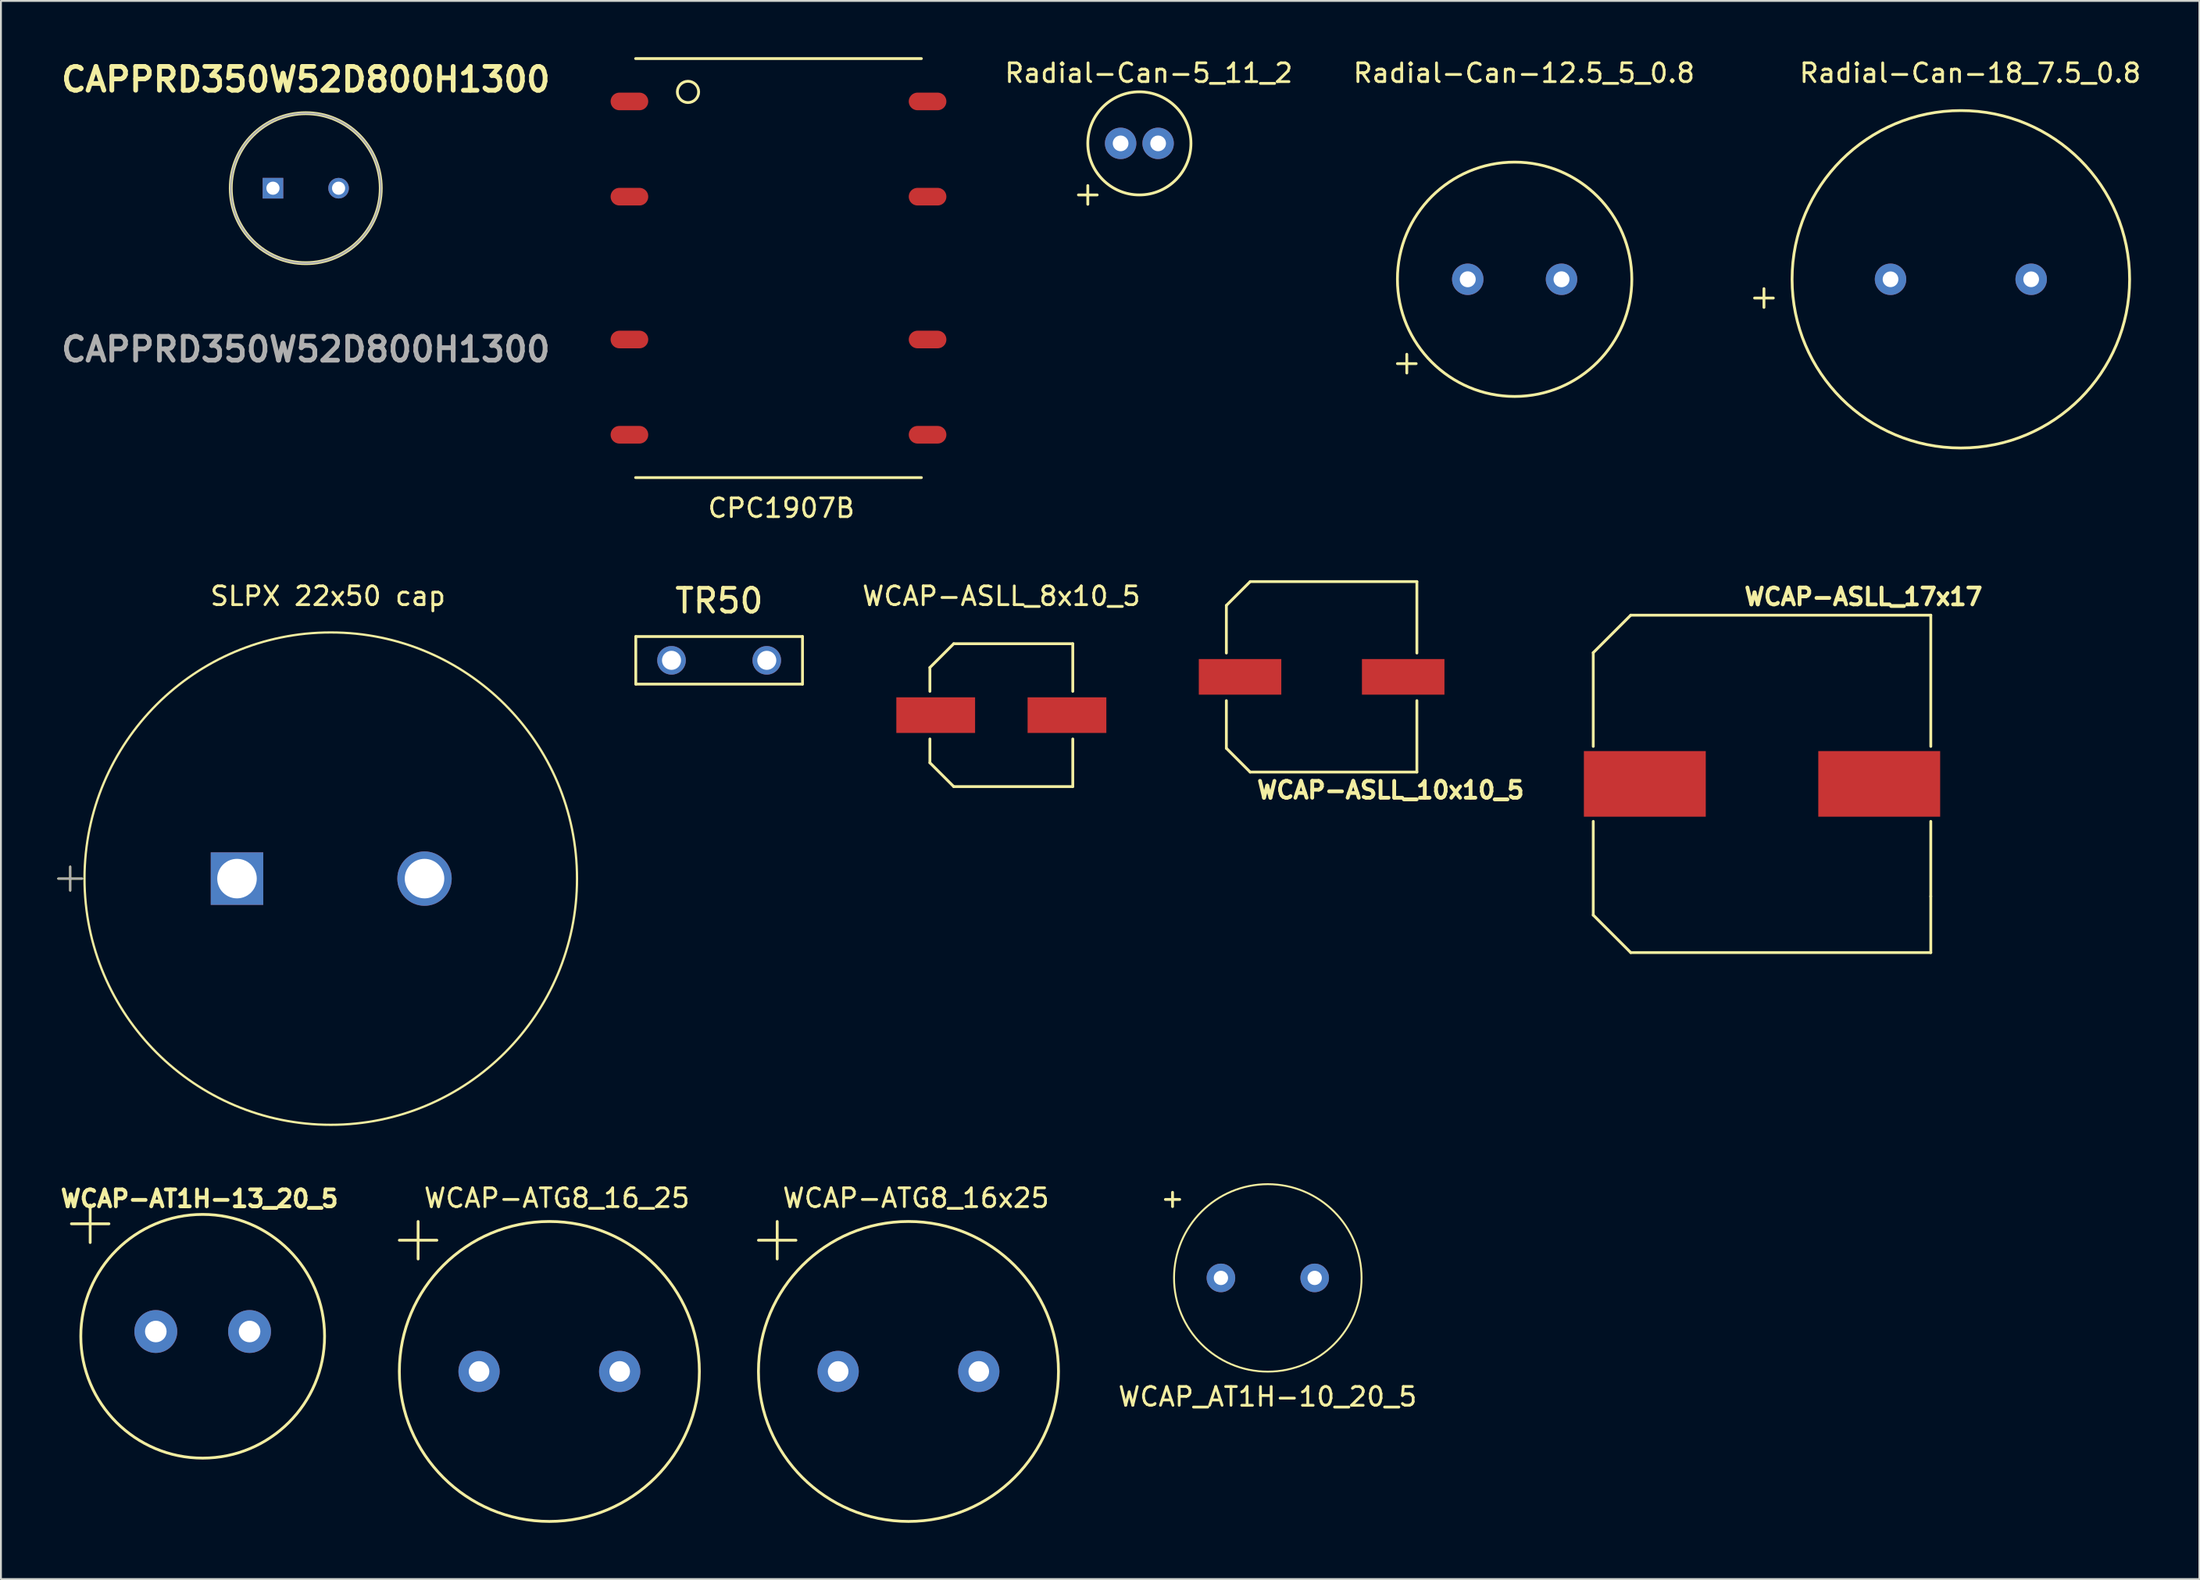
<source format=kicad_pcb>
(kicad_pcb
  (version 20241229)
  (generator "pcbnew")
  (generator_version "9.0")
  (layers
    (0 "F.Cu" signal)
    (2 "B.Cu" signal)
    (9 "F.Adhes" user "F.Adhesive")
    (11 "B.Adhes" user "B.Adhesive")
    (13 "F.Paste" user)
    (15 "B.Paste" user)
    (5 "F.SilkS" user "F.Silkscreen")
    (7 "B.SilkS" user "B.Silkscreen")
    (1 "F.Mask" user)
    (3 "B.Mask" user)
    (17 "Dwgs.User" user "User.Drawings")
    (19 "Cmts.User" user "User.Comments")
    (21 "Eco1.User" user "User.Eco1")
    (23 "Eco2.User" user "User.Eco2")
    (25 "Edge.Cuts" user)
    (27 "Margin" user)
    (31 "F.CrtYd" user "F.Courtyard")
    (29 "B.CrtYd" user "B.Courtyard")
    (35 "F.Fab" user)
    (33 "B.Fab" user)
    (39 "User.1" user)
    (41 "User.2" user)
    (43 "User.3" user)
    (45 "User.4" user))
  (footprint "CPC1907B"
    (layer "F.Cu")
    (at 38.466 11.251)
    (property "Reference" "CPC1907B" (at 0.152 12.802 0) (layer "F.SilkS") (effects (font (size 1 1) (thickness 0.15))))
    (attr through_hole)
    (fp_line (start -7.62 -11.176) (end 7.62 -11.176) (stroke (width 0.15) (type solid)) (layer "F.SilkS"))
    (fp_line (start -7.62 11.176) (end 7.62 11.176) (stroke (width 0.15) (type solid)) (layer "F.SilkS"))
    (fp_circle (center -4.826 -9.398) (end -4.572 -9.906) (stroke (width 0.15) (type solid)) (fill no) (layer "F.SilkS"))
    (pad "1" smd oval (at -7.95 -8.89) (size 2.007 0.94) (layers "F.Cu" "F.Mask" "F.Paste"))
    (pad "2" smd oval (at -7.95 -3.81) (size 2.007 0.94) (layers "F.Cu" "F.Mask" "F.Paste"))
    (pad "3" smd oval (at -7.95 3.81) (size 2.007 0.94) (layers "F.Cu" "F.Mask" "F.Paste"))
    (pad "4" smd oval (at -7.95 8.89) (size 2.007 0.94) (layers "F.Cu" "F.Mask" "F.Paste"))
    (pad "5" smd oval (at 7.95 8.89) (size 2.007 0.94) (layers "F.Cu" "F.Mask" "F.Paste"))
    (pad "6" smd oval (at 7.95 3.81) (size 2.007 0.94) (layers "F.Cu" "F.Mask" "F.Paste"))
    (pad "7" smd oval (at 7.95 -3.81) (size 2.007 0.94) (layers "F.Cu" "F.Mask" "F.Paste"))
    (pad "8" smd oval (at 7.95 -8.89) (size 2.007 0.94) (layers "F.Cu" "F.Mask" "F.Paste")))
  (footprint "WCAP-ATG8_16_25"
    (layer "F.Cu")
    (at 26.247 70.109)
    (property "Reference" "WCAP-ATG8_16_25" (at 0.4 -9.25 0) (layer "F.SilkS") (effects (font (size 1 1) (thickness 0.15))))
    (attr through_hole)
    (fp_line (start -7 -6) (end -7 -8) (stroke (width 0.15) (type solid)) (layer "F.SilkS"))
    (fp_line (start -6 -7) (end -8 -7) (stroke (width 0.15) (type solid)) (layer "F.SilkS"))
    (fp_circle (center 0 0) (end 8 0) (stroke (width 0.15) (type solid)) (fill no) (layer "F.SilkS"))
    (pad "1" thru_hole circle (at -3.75 0) (size 2.2 2.2) (drill 1.1) (layers "*.Cu" "*.Mask"))
    (pad "1" thru_hole circle (at 3.75 0) (size 2.2 2.2) (drill 1.1) (layers "*.Cu" "*.Mask")))
  (footprint "Radial-Can-18_7.5_0.8"
    (layer "F.Cu")
    (at 101.519 11.848)
    (property "Reference" "Radial-Can-18_7.5_0.8" (at 0.5 -11 0) (layer "F.SilkS") (effects (font (size 1 1) (thickness 0.15))))
    (attr through_hole)
    (fp_line (start -11 1) (end -10 1) (stroke (width 0.15) (type solid)) (layer "F.SilkS"))
    (fp_line (start -10.5 1.5) (end -10.5 0.5) (stroke (width 0.15) (type solid)) (layer "F.SilkS"))
    (fp_circle (center 0 0) (end 9 0) (stroke (width 0.15) (type solid)) (fill no) (layer "F.SilkS"))
    (pad "1" thru_hole circle (at -3.75 0) (size 1.676 1.676) (drill 0.838) (layers "*.Cu" "*.Mask"))
    (pad "2" thru_hole circle (at 3.75 0) (size 1.676 1.676) (drill 0.838) (layers "*.Cu" "*.Mask")))
  (footprint "SLPX 22x50 cap"
    (layer "F.Cu")
    (at 9.589 43.819)
    (property "Reference" "SLPX 22x50 cap" (at 4.85 -15.07 0) (layer "F.SilkS") (effects (font (size 1 1) (thickness 0.15))))
    (attr through_hole)
    (fp_line (start -9.529 0) (end -8.259 0) (stroke (width 0.12) (type solid)) (layer "F.SilkS"))
    (fp_line (start -8.894 -0.635) (end -8.894 0.635) (stroke (width 0.12) (type solid)) (layer "F.SilkS"))
    (fp_circle (center 5 0) (end 18.132 0) (stroke (width 0.12) (type solid)) (fill no) (layer "F.SilkS"))
    (fp_line (start -9.529 0) (end -8.259 0) (stroke (width 0.1) (type solid)) (layer "F.Fab"))
    (fp_line (start -8.894 -0.635) (end -8.894 0.635) (stroke (width 0.1) (type solid)) (layer "F.Fab"))
    (fp_text user "*" (at 0 0 0) (layer "F.Fab") (effects (font (size 1 1) (thickness 0.15))))
    (pad "1" thru_hole rect (at 0 0) (size 2.8 2.8) (drill 2.108) (layers "*.Cu" "*.Mask"))
    (pad "2" thru_hole circle (at 10 0) (size 2.9 2.9) (drill 2.108) (layers "*.Cu" "*.Mask")))
  (footprint "Radial-Can-12.5_5_0.8"
    (layer "F.Cu")
    (at 77.723 11.848)
    (property "Reference" "Radial-Can-12.5_5_0.8" (at 0.5 -11 0) (layer "F.SilkS") (effects (font (size 1 1) (thickness 0.15))))
    (attr through_hole)
    (fp_line (start -6.25 4.5) (end -5.25 4.5) (stroke (width 0.15) (type solid)) (layer "F.SilkS"))
    (fp_line (start -5.75 5) (end -5.75 4) (stroke (width 0.15) (type solid)) (layer "F.SilkS"))
    (fp_circle (center 0 0) (end 6.25 0) (stroke (width 0.15) (type solid)) (fill no) (layer "F.SilkS"))
    (pad "1" thru_hole circle (at -2.5 0) (size 1.676 1.676) (drill 0.85) (layers "*.Cu" "*.Mask"))
    (pad "2" thru_hole circle (at 2.5 0) (size 1.676 1.676) (drill 0.85) (layers "*.Cu" "*.Mask")))
  (footprint "WCAP-ATG8_16x25"
    (layer "F.Cu")
    (at 45.397 70.109)
    (property "Reference" "WCAP-ATG8_16x25" (at 0.4 -9.25 0) (layer "F.SilkS") (effects (font (size 1 1) (thickness 0.15))))
    (attr through_hole)
    (fp_line (start -7 -6) (end -7 -8) (stroke (width 0.15) (type solid)) (layer "F.SilkS"))
    (fp_line (start -6 -7) (end -8 -7) (stroke (width 0.15) (type solid)) (layer "F.SilkS"))
    (fp_circle (center 0 0) (end 8 0) (stroke (width 0.15) (type solid)) (fill no) (layer "F.SilkS"))
    (pad "1" thru_hole circle (at -3.75 0) (size 2.2 2.2) (drill 1.1) (layers "*.Cu" "*.Mask"))
    (pad "2" thru_hole circle (at 3.75 0) (size 2.2 2.2) (drill 1.1) (layers "*.Cu" "*.Mask")))
  (footprint "WCAP-ASLL_10x10_5"
    (layer "F.Cu")
    (at 67.43 33.056)
    (property "Reference" "WCAP-ASLL_10x10_5" (at 3.678 6.043 0) (layer "F.SilkS") (effects (font (size 0.9 0.9) (thickness 0.203))))
    (attr through_hole)
    (fp_line (start -5.08 -3.81) (end -3.81 -5.08) (stroke (width 0.15) (type solid)) (layer "F.SilkS"))
    (fp_line (start -5.08 -1.27) (end -5.08 -3.81) (stroke (width 0.15) (type solid)) (layer "F.SilkS"))
    (fp_line (start -5.08 3.81) (end -5.08 1.27) (stroke (width 0.15) (type solid)) (layer "F.SilkS"))
    (fp_line (start -3.81 -5.08) (end 5.08 -5.08) (stroke (width 0.15) (type solid)) (layer "F.SilkS"))
    (fp_line (start -3.81 5.08) (end -5.08 3.81) (stroke (width 0.15) (type solid)) (layer "F.SilkS"))
    (fp_line (start 5.08 -5.08) (end 5.08 -1.27) (stroke (width 0.15) (type solid)) (layer "F.SilkS"))
    (fp_line (start 5.08 1.27) (end 5.08 5.08) (stroke (width 0.15) (type solid)) (layer "F.SilkS"))
    (fp_line (start 5.08 5.08) (end -3.81 5.08) (stroke (width 0.15) (type solid)) (layer "F.SilkS"))
    (pad "1" smd rect (at -4.35 0) (size 4.4 1.9) (layers "F.Cu" "F.Mask" "F.Paste"))
    (pad "2" smd rect (at 4.35 0) (size 4.4 1.9) (layers "F.Cu" "F.Mask" "F.Paste")))
  (footprint "WCAP_AT1H-10_20_5"
    (layer "F.Cu")
    (at 64.56 65.119)
    (property "Reference" "WCAP_AT1H-10_20_5" (at -0.01 6.34 0) (layer "F.SilkS") (effects (font (size 1 1) (thickness 0.15))))
    (attr through_hole)
    (fp_circle (center 0 0) (end 5 0) (stroke (width 0.1) (type solid)) (fill no) (layer "F.SilkS"))
    (fp_text user "+" (at -5.08 -4.26 0) (layer "F.SilkS") (effects (font (size 1 1) (thickness 0.15))))
    (pad "1" thru_hole circle (at -2.5 0) (size 1.524 1.524) (drill 0.762) (layers "*.Cu" "*.Mask"))
    (pad "2" thru_hole circle (at 2.5 0) (size 1.524 1.524) (drill 0.762) (layers "*.Cu" "*.Mask")))
  (footprint "CAPPRD350W52D800H1300"
    (layer "F.Cu")
    (at 11.506 6.989)
    (property "Reference" "CAPPRD350W52D800H1300" (at 1.75 -5.8 0) (layer "F.SilkS") (effects (font (size 1.27 1.27) (thickness 0.254))))
    (attr through_hole)
    (fp_circle (center 1.75 0) (end 1.75 4) (stroke (width 0.2) (type solid)) (fill no) (layer "F.SilkS"))
    (fp_circle (center 1.75 0) (end 1.75 4) (stroke (width 0.1) (type solid)) (fill no) (layer "F.Fab"))
    (fp_text user "${REFERENCE}" (at 1.75 8.6 0) (layer "F.Fab") (effects (font (size 1.27 1.27) (thickness 0.254))))
    (pad "1" thru_hole rect (at 0 0) (size 1.1 1.1) (drill 0.7) (layers "*.Cu" "*.Mask"))
    (pad "2" thru_hole circle (at 3.5 0) (size 1.1 1.1) (drill 0.7) (layers "*.Cu" "*.Mask")))
  (footprint "Radial-Can-5_11_2"
    (layer "F.Cu")
    (at 57.711 4.598)
    (property "Reference" "Radial-Can-5_11_2" (at 0.5 -3.75 0) (layer "F.SilkS") (effects (font (size 1 1) (thickness 0.15))))
    (attr through_hole)
    (fp_line (start -3.25 2.75) (end -2.25 2.75) (stroke (width 0.15) (type solid)) (layer "F.SilkS"))
    (fp_line (start -2.75 3.25) (end -2.75 2.25) (stroke (width 0.15) (type solid)) (layer "F.SilkS"))
    (fp_circle (center 0 0) (end 2.75 0) (stroke (width 0.15) (type solid)) (fill no) (layer "F.SilkS"))
    (pad "1" thru_hole circle (at -1 0) (size 1.676 1.676) (drill 0.838) (layers "*.Cu" "*.Mask"))
    (pad "2" thru_hole circle (at 1 0) (size 1.676 1.676) (drill 0.838) (layers "*.Cu" "*.Mask")))
  (footprint "TR50"
    (layer "F.Cu")
    (at 35.301 32.175)
    (property "Reference" "TR50" (at 0 -3.175 0) (layer "F.SilkS") (effects (font (size 1.27 1.27) (thickness 0.203))))
    (attr through_hole)
    (fp_line (start -4.445 -1.27) (end -4.445 1.27) (stroke (width 0.15) (type solid)) (layer "F.SilkS"))
    (fp_line (start -4.445 1.27) (end 4.445 1.27) (stroke (width 0.15) (type solid)) (layer "F.SilkS"))
    (fp_line (start 4.445 -1.27) (end -4.445 -1.27) (stroke (width 0.15) (type solid)) (layer "F.SilkS"))
    (fp_line (start 4.445 1.27) (end 4.445 -1.27) (stroke (width 0.15) (type solid)) (layer "F.SilkS"))
    (pad "1" thru_hole circle (at -2.54 0) (size 1.524 1.524) (drill 1.016) (layers "*.Cu" "*.Mask"))
    (pad "2" thru_hole circle (at 2.54 0) (size 1.524 1.524) (drill 1.016) (layers "*.Cu" "*.Mask")))
  (footprint "WCAP-ASLL_8x10_5"
    (layer "F.Cu")
    (at 50.35 35.099)
    (property "Reference" "WCAP-ASLL_8x10_5" (at 0 -6.35 0) (layer "F.SilkS") (effects (font (size 1 1) (thickness 0.15))))
    (attr through_hole)
    (fp_line (start -3.81 -2.54) (end -2.54 -3.81) (stroke (width 0.15) (type solid)) (layer "F.SilkS"))
    (fp_line (start -3.81 -1.27) (end -3.81 -2.54) (stroke (width 0.15) (type solid)) (layer "F.SilkS"))
    (fp_line (start -3.81 2.54) (end -3.81 1.27) (stroke (width 0.15) (type solid)) (layer "F.SilkS"))
    (fp_line (start -2.54 -3.81) (end 3.81 -3.81) (stroke (width 0.15) (type solid)) (layer "F.SilkS"))
    (fp_line (start -2.54 3.81) (end -3.81 2.54) (stroke (width 0.15) (type solid)) (layer "F.SilkS"))
    (fp_line (start 3.81 -3.81) (end 3.81 -1.27) (stroke (width 0.15) (type solid)) (layer "F.SilkS"))
    (fp_line (start 3.81 1.27) (end 3.81 3.81) (stroke (width 0.15) (type solid)) (layer "F.SilkS"))
    (fp_line (start 3.81 3.81) (end -2.54 3.81) (stroke (width 0.15) (type solid)) (layer "F.SilkS"))
    (pad "1" smd rect (at -3.5 0) (size 4.2 1.9) (layers "F.Cu" "F.Mask" "F.Paste"))
    (pad "2" smd rect (at 3.5 0) (size 4.2 1.9) (layers "F.Cu" "F.Mask" "F.Paste")))
  (footprint "WCAP-ASLL_17x17"
    (layer "F.Cu")
    (at 90.916 38.766)
    (property "Reference" "WCAP-ASLL_17x17" (at 5.41 -9.982 180) (layer "F.SilkS") (effects (font (size 0.9 0.9) (thickness 0.203))))
    (attr through_hole)
    (fp_line (start -9 -7) (end -7 -9) (stroke (width 0.15) (type solid)) (layer "F.SilkS"))
    (fp_line (start -9 -2) (end -9 -7) (stroke (width 0.15) (type solid)) (layer "F.SilkS"))
    (fp_line (start -9 7) (end -9 2) (stroke (width 0.15) (type solid)) (layer "F.SilkS"))
    (fp_line (start -7 -9) (end 9 -9) (stroke (width 0.15) (type solid)) (layer "F.SilkS"))
    (fp_line (start -7 9) (end -9 7) (stroke (width 0.15) (type solid)) (layer "F.SilkS"))
    (fp_line (start 9 -9) (end 9 -2) (stroke (width 0.15) (type solid)) (layer "F.SilkS"))
    (fp_line (start 9 2) (end 9 6) (stroke (width 0.15) (type solid)) (layer "F.SilkS"))
    (fp_line (start 9 6) (end 9 9) (stroke (width 0.15) (type solid)) (layer "F.SilkS"))
    (fp_line (start 9 9) (end -7 9) (stroke (width 0.15) (type solid)) (layer "F.SilkS"))
    (pad "1" smd rect (at -6.25 0) (size 6.5 3.5) (layers "F.Cu" "F.Mask" "F.Paste"))
    (pad "2" smd rect (at 6.25 0) (size 6.5 3.5) (layers "F.Cu" "F.Mask" "F.Paste")))
  (footprint "WCAP-AT1H-13_20_5"
    (layer "F.Cu")
    (at 7.759 68.232)
    (property "Reference" "WCAP-AT1H-13_20_5" (at -0.173 -7.338 0) (layer "F.SilkS") (effects (font (size 0.9 0.9) (thickness 0.203))))
    (attr through_hole)
    (fp_line (start -6 -5) (end -6 -7) (stroke (width 0.15) (type solid)) (layer "F.SilkS"))
    (fp_line (start -5 -6) (end -7 -6) (stroke (width 0.15) (type solid)) (layer "F.SilkS"))
    (fp_circle (center 0 0) (end 0 -6.5) (stroke (width 0.15) (type solid)) (fill no) (layer "F.SilkS"))
    (pad "1" thru_hole circle (at -2.5 -0.254) (size 2.286 2.286) (drill 1.151) (layers "*.Cu" "*.Mask"))
    (pad "2" thru_hole circle (at 2.5 -0.254) (size 2.286 2.286) (drill 1.151) (layers "*.Cu" "*.Mask")))
  (gr_rect
    (start -3 -3)
    (end 114.239 81.184)
    (stroke (width 0.1) (type default))
    (fill no)
    (layer "Edge.Cuts")))
</source>
